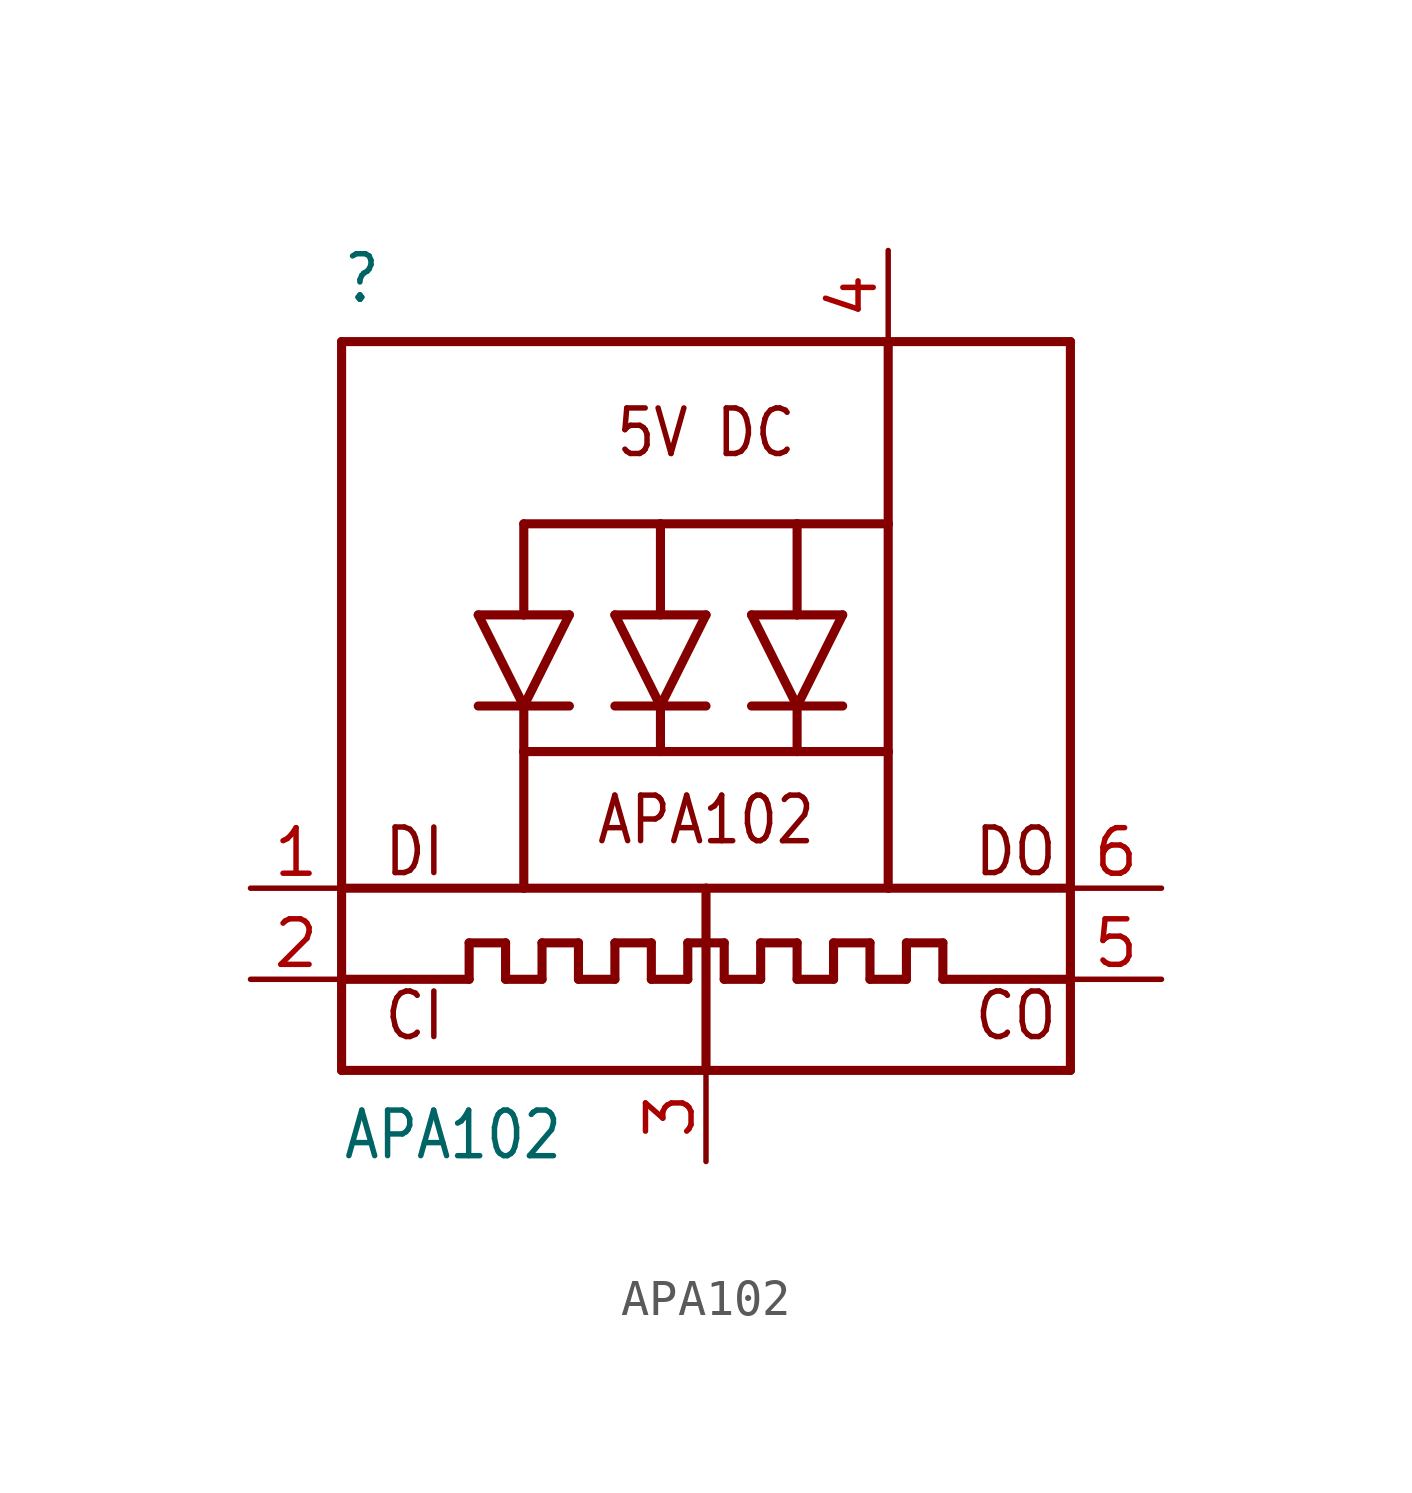
<source format=kicad_sym>
(kicad_symbol_lib
  (version 20211014)
  (generator kicad_symbol_editor)
  (symbol "APA102"
    (property "Reference" ""
      (at -10.16 11.176 0)
      (effects (font (size 1.27 1.079)) (justify left bottom)))
    (property "Value" "APA102"
      (at -10.16 -12.7 0)
      (effects (font (size 1.27 1.079)) (justify left bottom)))
    (property "ki_locked" ""
      (at 0 0 0)
      (effects (font (size 1.27 1.27))))
    (symbol "APA102_1_0"
      (polyline (pts (xy -10.16 -10.16) (xy 0 -10.16)) (stroke (width 0.254) (type default) (color 0 0 0 0)) (fill (type none)))
      (polyline (pts (xy -10.16 -7.62) (xy -10.16 -10.16)) (stroke (width 0.254) (type default) (color 0 0 0 0)) (fill (type none)))
      (polyline (pts (xy -10.16 -7.62) (xy -6.604 -7.62)) (stroke (width 0.254) (type default) (color 0 0 0 0)) (fill (type none)))
      (polyline (pts (xy -10.16 -5.08) (xy -10.16 -7.62)) (stroke (width 0.254) (type default) (color 0 0 0 0)) (fill (type none)))
      (polyline (pts (xy -10.16 10.16) (xy -10.16 -5.08)) (stroke (width 0.254) (type default) (color 0 0 0 0)) (fill (type none)))
      (polyline (pts (xy -6.604 -7.62) (xy -6.604 -6.604)) (stroke (width 0.254) (type default) (color 0 0 0 0)) (fill (type none)))
      (polyline (pts (xy -6.604 -6.604) (xy -5.588 -6.604)) (stroke (width 0.254) (type default) (color 0 0 0 0)) (fill (type none)))
      (polyline (pts (xy -6.35 0) (xy -5.08 0)) (stroke (width 0.254) (type default) (color 0 0 0 0)) (fill (type none)))
      (polyline (pts (xy -6.35 2.54) (xy -5.08 2.54)) (stroke (width 0.254) (type default) (color 0 0 0 0)) (fill (type none)))
      (polyline (pts (xy -5.588 -7.62) (xy -4.572 -7.62)) (stroke (width 0.254) (type default) (color 0 0 0 0)) (fill (type none)))
      (polyline (pts (xy -5.588 -6.604) (xy -5.588 -7.62)) (stroke (width 0.254) (type default) (color 0 0 0 0)) (fill (type none)))
      (polyline (pts (xy -5.08 -5.08) (xy -10.16 -5.08)) (stroke (width 0.254) (type default) (color 0 0 0 0)) (fill (type none)))
      (polyline (pts (xy -5.08 -5.08) (xy 0 -5.08)) (stroke (width 0.254) (type default) (color 0 0 0 0)) (fill (type none)))
      (polyline (pts (xy -5.08 -1.27) (xy -5.08 -5.08)) (stroke (width 0.254) (type default) (color 0 0 0 0)) (fill (type none)))
      (polyline (pts (xy -5.08 0) (xy -6.35 2.54)) (stroke (width 0.254) (type default) (color 0 0 0 0)) (fill (type none)))
      (polyline (pts (xy -5.08 0) (xy -5.08 -1.27)) (stroke (width 0.254) (type default) (color 0 0 0 0)) (fill (type none)))
      (polyline (pts (xy -5.08 0) (xy -3.81 2.54)) (stroke (width 0.254) (type default) (color 0 0 0 0)) (fill (type none)))
      (polyline (pts (xy -5.08 2.54) (xy -3.81 2.54)) (stroke (width 0.254) (type default) (color 0 0 0 0)) (fill (type none)))
      (polyline (pts (xy -5.08 5.08) (xy -5.08 2.54)) (stroke (width 0.254) (type default) (color 0 0 0 0)) (fill (type none)))
      (polyline (pts (xy -4.572 -7.62) (xy -4.572 -6.604)) (stroke (width 0.254) (type default) (color 0 0 0 0)) (fill (type none)))
      (polyline (pts (xy -4.572 -6.604) (xy -3.556 -6.604)) (stroke (width 0.254) (type default) (color 0 0 0 0)) (fill (type none)))
      (polyline (pts (xy -3.81 0) (xy -5.08 0)) (stroke (width 0.254) (type default) (color 0 0 0 0)) (fill (type none)))
      (polyline (pts (xy -3.556 -7.62) (xy -2.54 -7.62)) (stroke (width 0.254) (type default) (color 0 0 0 0)) (fill (type none)))
      (polyline (pts (xy -3.556 -6.604) (xy -3.556 -7.62)) (stroke (width 0.254) (type default) (color 0 0 0 0)) (fill (type none)))
      (polyline (pts (xy -2.54 -7.62) (xy -2.54 -6.604)) (stroke (width 0.254) (type default) (color 0 0 0 0)) (fill (type none)))
      (polyline (pts (xy -2.54 -6.604) (xy -1.524 -6.604)) (stroke (width 0.254) (type default) (color 0 0 0 0)) (fill (type none)))
      (polyline (pts (xy -2.54 0) (xy -1.27 0)) (stroke (width 0.254) (type default) (color 0 0 0 0)) (fill (type none)))
      (polyline (pts (xy -2.54 2.54) (xy 0 2.54)) (stroke (width 0.254) (type default) (color 0 0 0 0)) (fill (type none)))
      (polyline (pts (xy -1.524 -7.62) (xy -0.508 -7.62)) (stroke (width 0.254) (type default) (color 0 0 0 0)) (fill (type none)))
      (polyline (pts (xy -1.524 -6.604) (xy -1.524 -7.62)) (stroke (width 0.254) (type default) (color 0 0 0 0)) (fill (type none)))
      (polyline (pts (xy -1.27 -1.27) (xy -5.08 -1.27)) (stroke (width 0.254) (type default) (color 0 0 0 0)) (fill (type none)))
      (polyline (pts (xy -1.27 0) (xy -2.54 2.54)) (stroke (width 0.254) (type default) (color 0 0 0 0)) (fill (type none)))
      (polyline (pts (xy -1.27 0) (xy -1.27 -1.27)) (stroke (width 0.254) (type default) (color 0 0 0 0)) (fill (type none)))
      (polyline (pts (xy -1.27 0) (xy 0 0)) (stroke (width 0.254) (type default) (color 0 0 0 0)) (fill (type none)))
      (polyline (pts (xy -1.27 2.54) (xy -1.27 5.08)) (stroke (width 0.254) (type default) (color 0 0 0 0)) (fill (type none)))
      (polyline (pts (xy -1.27 5.08) (xy -5.08 5.08)) (stroke (width 0.254) (type default) (color 0 0 0 0)) (fill (type none)))
      (polyline (pts (xy -0.508 -7.62) (xy -0.508 -6.604)) (stroke (width 0.254) (type default) (color 0 0 0 0)) (fill (type none)))
      (polyline (pts (xy -0.508 -6.604) (xy 0.508 -6.604)) (stroke (width 0.254) (type default) (color 0 0 0 0)) (fill (type none)))
      (polyline (pts (xy 0 -10.16) (xy 10.16 -10.16)) (stroke (width 0.254) (type default) (color 0 0 0 0)) (fill (type none)))
      (polyline (pts (xy 0 -5.08) (xy 0 -10.16)) (stroke (width 0.254) (type default) (color 0 0 0 0)) (fill (type none)))
      (polyline (pts (xy 0 -5.08) (xy 5.08 -5.08)) (stroke (width 0.254) (type default) (color 0 0 0 0)) (fill (type none)))
      (polyline (pts (xy 0 2.54) (xy -1.27 0)) (stroke (width 0.254) (type default) (color 0 0 0 0)) (fill (type none)))
      (polyline (pts (xy 0.508 -7.62) (xy 1.524 -7.62)) (stroke (width 0.254) (type default) (color 0 0 0 0)) (fill (type none)))
      (polyline (pts (xy 0.508 -6.604) (xy 0.508 -7.62)) (stroke (width 0.254) (type default) (color 0 0 0 0)) (fill (type none)))
      (polyline (pts (xy 1.27 2.54) (xy 2.54 0)) (stroke (width 0.254) (type default) (color 0 0 0 0)) (fill (type none)))
      (polyline (pts (xy 1.27 2.54) (xy 2.54 2.54)) (stroke (width 0.254) (type default) (color 0 0 0 0)) (fill (type none)))
      (polyline (pts (xy 1.524 -7.62) (xy 1.524 -6.604)) (stroke (width 0.254) (type default) (color 0 0 0 0)) (fill (type none)))
      (polyline (pts (xy 1.524 -6.604) (xy 2.54 -6.604)) (stroke (width 0.254) (type default) (color 0 0 0 0)) (fill (type none)))
      (polyline (pts (xy 2.54 -7.62) (xy 3.556 -7.62)) (stroke (width 0.254) (type default) (color 0 0 0 0)) (fill (type none)))
      (polyline (pts (xy 2.54 -6.604) (xy 2.54 -7.62)) (stroke (width 0.254) (type default) (color 0 0 0 0)) (fill (type none)))
      (polyline (pts (xy 2.54 -1.27) (xy -1.27 -1.27)) (stroke (width 0.254) (type default) (color 0 0 0 0)) (fill (type none)))
      (polyline (pts (xy 2.54 0) (xy 1.27 0)) (stroke (width 0.254) (type default) (color 0 0 0 0)) (fill (type none)))
      (polyline (pts (xy 2.54 0) (xy 2.54 -1.27)) (stroke (width 0.254) (type default) (color 0 0 0 0)) (fill (type none)))
      (polyline (pts (xy 2.54 0) (xy 3.81 0)) (stroke (width 0.254) (type default) (color 0 0 0 0)) (fill (type none)))
      (polyline (pts (xy 2.54 0) (xy 3.81 2.54)) (stroke (width 0.254) (type default) (color 0 0 0 0)) (fill (type none)))
      (polyline (pts (xy 2.54 2.54) (xy 2.54 5.08)) (stroke (width 0.254) (type default) (color 0 0 0 0)) (fill (type none)))
      (polyline (pts (xy 2.54 5.08) (xy -1.27 5.08)) (stroke (width 0.254) (type default) (color 0 0 0 0)) (fill (type none)))
      (polyline (pts (xy 2.54 5.08) (xy 5.08 5.08)) (stroke (width 0.254) (type default) (color 0 0 0 0)) (fill (type none)))
      (polyline (pts (xy 3.556 -7.62) (xy 3.556 -6.604)) (stroke (width 0.254) (type default) (color 0 0 0 0)) (fill (type none)))
      (polyline (pts (xy 3.556 -6.604) (xy 4.572 -6.604)) (stroke (width 0.254) (type default) (color 0 0 0 0)) (fill (type none)))
      (polyline (pts (xy 3.81 2.54) (xy 2.54 2.54)) (stroke (width 0.254) (type default) (color 0 0 0 0)) (fill (type none)))
      (polyline (pts (xy 4.572 -7.62) (xy 5.588 -7.62)) (stroke (width 0.254) (type default) (color 0 0 0 0)) (fill (type none)))
      (polyline (pts (xy 4.572 -6.604) (xy 4.572 -7.62)) (stroke (width 0.254) (type default) (color 0 0 0 0)) (fill (type none)))
      (polyline (pts (xy 5.08 -5.08) (xy 5.08 -1.27)) (stroke (width 0.254) (type default) (color 0 0 0 0)) (fill (type none)))
      (polyline (pts (xy 5.08 -5.08) (xy 10.16 -5.08)) (stroke (width 0.254) (type default) (color 0 0 0 0)) (fill (type none)))
      (polyline (pts (xy 5.08 -1.27) (xy 2.54 -1.27)) (stroke (width 0.254) (type default) (color 0 0 0 0)) (fill (type none)))
      (polyline (pts (xy 5.08 5.08) (xy 5.08 -1.27)) (stroke (width 0.254) (type default) (color 0 0 0 0)) (fill (type none)))
      (polyline (pts (xy 5.08 10.16) (xy -10.16 10.16)) (stroke (width 0.254) (type default) (color 0 0 0 0)) (fill (type none)))
      (polyline (pts (xy 5.08 10.16) (xy 5.08 5.08)) (stroke (width 0.254) (type default) (color 0 0 0 0)) (fill (type none)))
      (polyline (pts (xy 5.588 -7.62) (xy 5.588 -6.604)) (stroke (width 0.254) (type default) (color 0 0 0 0)) (fill (type none)))
      (polyline (pts (xy 5.588 -6.604) (xy 6.604 -6.604)) (stroke (width 0.254) (type default) (color 0 0 0 0)) (fill (type none)))
      (polyline (pts (xy 6.604 -7.62) (xy 10.16 -7.62)) (stroke (width 0.254) (type default) (color 0 0 0 0)) (fill (type none)))
      (polyline (pts (xy 6.604 -6.604) (xy 6.604 -7.62)) (stroke (width 0.254) (type default) (color 0 0 0 0)) (fill (type none)))
      (polyline (pts (xy 10.16 -10.16) (xy 10.16 -7.62)) (stroke (width 0.254) (type default) (color 0 0 0 0)) (fill (type none)))
      (polyline (pts (xy 10.16 -7.62) (xy 10.16 -5.08)) (stroke (width 0.254) (type default) (color 0 0 0 0)) (fill (type none)))
      (polyline (pts (xy 10.16 -5.08) (xy 10.16 10.16)) (stroke (width 0.254) (type default) (color 0 0 0 0)) (fill (type none)))
      (polyline (pts (xy 10.16 10.16) (xy 5.08 10.16)) (stroke (width 0.254) (type default) (color 0 0 0 0)) (fill (type none)))
      (text "5V DC" (at 0 7.62 0) (effects (font (size 1.27 1.079))))
      (text "APA102" (at 0 -3.175 0) (effects (font (size 1.27 1.079))))
      (text "CI" (at -8.128 -8.636 0) (effects (font (size 1.27 1.079))))
      (text "CO" (at 8.636 -8.636 0) (effects (font (size 1.27 1.079))))
      (text "DI" (at -8.128 -4.064 0) (effects (font (size 1.27 1.079))))
      (text "DO" (at 8.636 -4.064 0) (effects (font (size 1.27 1.079))))
      (pin input line (at -12.7 -5.08 0) (length 2.54) (name "DI" (effects (font (size 0 0)))) (number "1" (effects (font (size 1.27 1.27)))))
      (pin input line (at -12.7 -7.62 0) (length 2.54) (name "CKI" (effects (font (size 0 0)))) (number "2" (effects (font (size 1.27 1.27)))))
      (pin power_in line (at 0 -12.7 90) (length 2.54) (name "GND" (effects (font (size 0 0)))) (number "3" (effects (font (size 1.27 1.27)))))
      (pin power_in line (at 5.08 12.7 270) (length 2.54) (name "VDD" (effects (font (size 0 0)))) (number "4" (effects (font (size 1.27 1.27)))))
      (pin output line (at 12.7 -7.62 180) (length 2.54) (name "CKO" (effects (font (size 0 0)))) (number "5" (effects (font (size 1.27 1.27)))))
      (pin output line (at 12.7 -5.08 180) (length 2.54) (name "DO" (effects (font (size 0 0)))) (number "6" (effects (font (size 1.27 1.27))))))))
</source>
